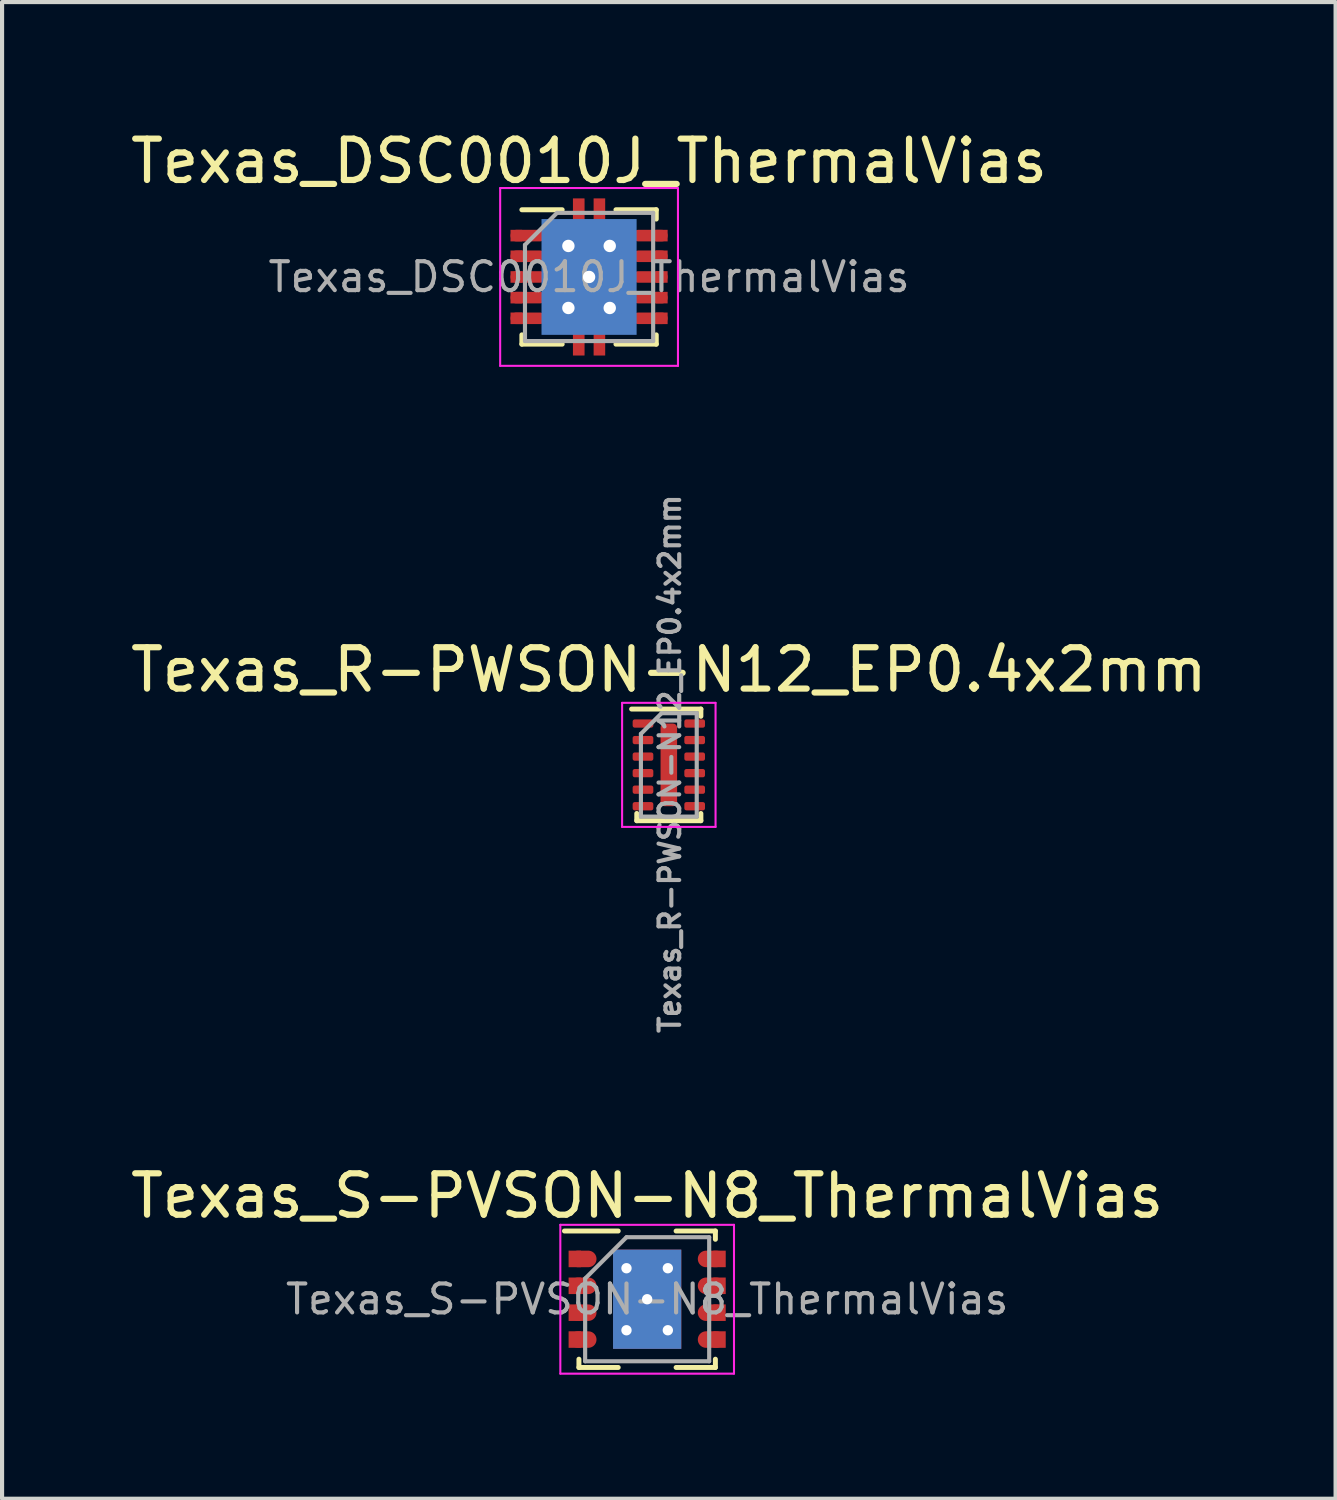
<source format=kicad_pcb>
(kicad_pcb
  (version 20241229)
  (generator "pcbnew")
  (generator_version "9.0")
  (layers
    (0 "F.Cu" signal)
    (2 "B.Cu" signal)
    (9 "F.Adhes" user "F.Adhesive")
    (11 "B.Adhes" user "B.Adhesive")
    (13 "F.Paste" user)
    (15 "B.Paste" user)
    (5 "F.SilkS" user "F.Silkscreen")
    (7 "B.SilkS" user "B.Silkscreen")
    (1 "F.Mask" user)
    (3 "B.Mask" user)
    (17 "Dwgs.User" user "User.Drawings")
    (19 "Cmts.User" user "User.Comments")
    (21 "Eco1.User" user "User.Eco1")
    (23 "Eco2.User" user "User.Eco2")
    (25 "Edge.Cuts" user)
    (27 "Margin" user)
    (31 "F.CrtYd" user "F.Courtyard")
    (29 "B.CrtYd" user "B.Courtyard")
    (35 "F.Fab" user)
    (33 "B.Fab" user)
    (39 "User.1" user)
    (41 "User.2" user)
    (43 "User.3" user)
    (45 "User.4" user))
  (footprint "Texas_R-PWSON-N12_EP0.4x2mm"
    (layer "F.Cu")
    (at 13.125 15.448)
    (property "Reference" "Texas_R-PWSON-N12_EP0.4x2mm" (at 0 -2.3 0) (layer "F.SilkS") (effects (font (size 1 1) (thickness 0.15))))
    (attr smd)
    (fp_line (start -0.775 1.35) (end -0.775 1.175) (stroke (width 0.12) (type solid)) (layer "F.SilkS"))
    (fp_line (start 0.775 -1.35) (end -0.9 -1.35) (stroke (width 0.12) (type solid)) (layer "F.SilkS"))
    (fp_line (start 0.775 -1.35) (end 0.775 -1.175) (stroke (width 0.12) (type solid)) (layer "F.SilkS"))
    (fp_line (start 0.775 1.35) (end -0.775 1.35) (stroke (width 0.12) (type solid)) (layer "F.SilkS"))
    (fp_line (start 0.775 1.35) (end 0.775 1.175) (stroke (width 0.12) (type solid)) (layer "F.SilkS"))
    (fp_line (start -1.13 -1.5) (end -1.13 1.5) (stroke (width 0.05) (type solid)) (layer "F.CrtYd"))
    (fp_line (start -1.13 -1.5) (end 1.13 -1.5) (stroke (width 0.05) (type solid)) (layer "F.CrtYd"))
    (fp_line (start -1.13 1.5) (end 1.13 1.5) (stroke (width 0.05) (type solid)) (layer "F.CrtYd"))
    (fp_line (start 1.13 -1.5) (end 1.13 1.5) (stroke (width 0.05) (type solid)) (layer "F.CrtYd"))
    (fp_line (start -0.675 -0.75) (end -0.675 1.25) (stroke (width 0.1) (type solid)) (layer "F.Fab"))
    (fp_line (start -0.675 1.25) (end 0.675 1.25) (stroke (width 0.1) (type solid)) (layer "F.Fab"))
    (fp_line (start -0.175 -1.25) (end -0.675 -0.75) (stroke (width 0.1) (type solid)) (layer "F.Fab"))
    (fp_line (start -0.175 -1.25) (end 0.675 -1.25) (stroke (width 0.1) (type solid)) (layer "F.Fab"))
    (fp_line (start 0.675 -1.25) (end 0.675 1.25) (stroke (width 0.1) (type solid)) (layer "F.Fab"))
    (fp_text user "${REFERENCE}" (at 0.025 -0.025 90) (layer "F.Fab") (effects (font (size 0.5 0.5) (thickness 0.1))))
    (pad "" smd roundrect (at 0 -0.68) (size 0.3 0.55) (layers "F.Paste") (roundrect_rratio 0.25))
    (pad "" smd roundrect (at 0 0) (size 0.3 0.55) (layers "F.Paste") (roundrect_rratio 0.25))
    (pad "" smd roundrect (at 0 0.68) (size 0.3 0.55) (layers "F.Paste") (roundrect_rratio 0.25))
    (pad "1" smd roundrect (at -0.625 -1 90) (size 0.2 0.5) (layers "F.Cu" "F.Mask" "F.Paste") (roundrect_rratio 0.25))
    (pad "2" smd roundrect (at -0.625 -0.6 90) (size 0.2 0.5) (layers "F.Cu" "F.Mask" "F.Paste") (roundrect_rratio 0.25))
    (pad "3" smd roundrect (at -0.625 -0.2 90) (size 0.2 0.5) (layers "F.Cu" "F.Mask" "F.Paste") (roundrect_rratio 0.25))
    (pad "4" smd roundrect (at -0.625 0.2 90) (size 0.2 0.5) (layers "F.Cu" "F.Mask" "F.Paste") (roundrect_rratio 0.25))
    (pad "5" smd roundrect (at -0.625 0.6 90) (size 0.2 0.5) (layers "F.Cu" "F.Mask" "F.Paste") (roundrect_rratio 0.25))
    (pad "6" smd roundrect (at -0.625 1 90) (size 0.2 0.5) (layers "F.Cu" "F.Mask" "F.Paste") (roundrect_rratio 0.25))
    (pad "7" smd roundrect (at 0.625 1 90) (size 0.2 0.5) (layers "F.Cu" "F.Mask" "F.Paste") (roundrect_rratio 0.25))
    (pad "8" smd roundrect (at 0.625 0.6 90) (size 0.2 0.5) (layers "F.Cu" "F.Mask" "F.Paste") (roundrect_rratio 0.25))
    (pad "9" smd roundrect (at 0.625 0.2 90) (size 0.2 0.5) (layers "F.Cu" "F.Mask" "F.Paste") (roundrect_rratio 0.25))
    (pad "10" smd roundrect (at 0.625 -0.2 90) (size 0.2 0.5) (layers "F.Cu" "F.Mask" "F.Paste") (roundrect_rratio 0.25))
    (pad "11" smd roundrect (at 0.625 -0.6 90) (size 0.2 0.5) (layers "F.Cu" "F.Mask" "F.Paste") (roundrect_rratio 0.25))
    (pad "12" smd roundrect (at 0.625 -1 90) (size 0.2 0.5) (layers "F.Cu" "F.Mask" "F.Paste") (roundrect_rratio 0.25))
    (pad "13" smd roundrect (at 0 0) (size 0.4 2) (layers "F.Cu" "F.Mask") (roundrect_rratio 0.25)))
  (footprint "Texas_S-PVSON-N8_ThermalVias"
    (layer "F.Cu")
    (at 12.601 28.371)
    (property "Reference" "Texas_S-PVSON-N8_ThermalVias" (at 0 -2.5 0) (layer "F.SilkS") (effects (font (size 1 1) (thickness 0.15))))
    (attr smd)
    (fp_line (start -2 -1.65) (end -0.7 -1.65) (stroke (width 0.12) (type solid)) (layer "F.SilkS"))
    (fp_line (start -1.65 1.65) (end -1.65 1.45) (stroke (width 0.12) (type solid)) (layer "F.SilkS"))
    (fp_line (start -1.65 1.65) (end -0.7 1.65) (stroke (width 0.12) (type solid)) (layer "F.SilkS"))
    (fp_line (start 0.7 -1.65) (end 1.65 -1.65) (stroke (width 0.12) (type solid)) (layer "F.SilkS"))
    (fp_line (start 0.7 1.65) (end 1.65 1.65) (stroke (width 0.12) (type solid)) (layer "F.SilkS"))
    (fp_line (start 1.65 -1.45) (end 1.65 -1.65) (stroke (width 0.12) (type solid)) (layer "F.SilkS"))
    (fp_line (start 1.65 1.45) (end 1.65 1.65) (stroke (width 0.12) (type solid)) (layer "F.SilkS"))
    (fp_line (start -2.1 -1.8) (end -2.1 1.8) (stroke (width 0.05) (type solid)) (layer "F.CrtYd"))
    (fp_line (start -2.1 -1.8) (end 2.1 -1.8) (stroke (width 0.05) (type solid)) (layer "F.CrtYd"))
    (fp_line (start -2.1 1.8) (end 2.1 1.8) (stroke (width 0.05) (type solid)) (layer "F.CrtYd"))
    (fp_line (start 2.1 -1.8) (end 2.1 1.8) (stroke (width 0.05) (type solid)) (layer "F.CrtYd"))
    (fp_line (start -1.5 1.5) (end -1.5 -0.5) (stroke (width 0.1) (type solid)) (layer "F.Fab"))
    (fp_line (start -0.5 -1.5) (end -1.5 -0.5) (stroke (width 0.1) (type solid)) (layer "F.Fab"))
    (fp_line (start -0.5 -1.5) (end 1.5 -1.5) (stroke (width 0.1) (type solid)) (layer "F.Fab"))
    (fp_line (start 1.5 -1.5) (end 1.5 1.5) (stroke (width 0.1) (type solid)) (layer "F.Fab"))
    (fp_line (start 1.5 1.5) (end -1.5 1.5) (stroke (width 0.1) (type solid)) (layer "F.Fab"))
    (fp_text user "${REFERENCE}" (at 0 0 0) (layer "F.Fab") (effects (font (size 0.7 0.7) (thickness 0.1))))
    (pad "1" smd rect (at -1.75 -0.975) (size 0.3 0.4) (layers "F.Cu" "F.Mask" "F.Paste"))
    (pad "1" smd oval (at -1.55 -0.975) (size 0.65 0.4) (layers "F.Cu" "F.Mask" "F.Paste"))
    (pad "2" smd rect (at -1.75 -0.325) (size 0.3 0.4) (layers "F.Cu" "F.Mask" "F.Paste"))
    (pad "2" smd oval (at -1.55 -0.325) (size 0.65 0.4) (layers "F.Cu" "F.Mask" "F.Paste"))
    (pad "3" smd rect (at -1.75 0.325) (size 0.3 0.4) (layers "F.Cu" "F.Mask" "F.Paste"))
    (pad "3" smd oval (at -1.55 0.325) (size 0.65 0.4) (layers "F.Cu" "F.Mask" "F.Paste"))
    (pad "4" smd rect (at -1.75 0.975) (size 0.3 0.4) (layers "F.Cu" "F.Mask" "F.Paste"))
    (pad "4" smd oval (at -1.55 0.975) (size 0.65 0.4) (layers "F.Cu" "F.Mask" "F.Paste"))
    (pad "5" smd oval (at 1.55 0.975) (size 0.65 0.4) (layers "F.Cu" "F.Mask" "F.Paste"))
    (pad "5" smd rect (at 1.75 0.975) (size 0.3 0.4) (layers "F.Cu" "F.Mask" "F.Paste"))
    (pad "6" smd oval (at 1.55 0.325) (size 0.65 0.4) (layers "F.Cu" "F.Mask" "F.Paste"))
    (pad "6" smd rect (at 1.75 0.325) (size 0.3 0.4) (layers "F.Cu" "F.Mask" "F.Paste"))
    (pad "7" smd oval (at 1.55 -0.325) (size 0.65 0.4) (layers "F.Cu" "F.Mask" "F.Paste"))
    (pad "7" smd rect (at 1.75 -0.325) (size 0.3 0.4) (layers "F.Cu" "F.Mask" "F.Paste"))
    (pad "8" smd oval (at 1.55 -0.975) (size 0.65 0.4) (layers "F.Cu" "F.Mask" "F.Paste"))
    (pad "8" smd rect (at 1.75 -0.975) (size 0.3 0.4) (layers "F.Cu" "F.Mask" "F.Paste"))
    (pad "9" thru_hole circle (at -0.5 -0.75) (size 0.6 0.6) (drill 0.25) (layers "*.Cu"))
    (pad "9" thru_hole circle (at -0.5 0.75) (size 0.6 0.6) (drill 0.25) (layers "*.Cu"))
    (pad "9" smd rect (at -0.45 -0.625) (size 0.65 1) (layers "F.Cu" "F.Mask" "F.Paste"))
    (pad "9" smd rect (at -0.45 0.625) (size 0.65 1) (layers "F.Cu" "F.Mask" "F.Paste"))
    (pad "9" thru_hole circle (at 0 0) (size 0.6 0.6) (drill 0.25) (layers "*.Cu"))
    (pad "9" smd rect (at 0 0) (size 1.65 2.4) (layers "F.Cu" "F.Mask"))
    (pad "9" smd rect (at 0 0) (size 1.65 2.4) (layers "B.Cu"))
    (pad "9" smd rect (at 0.45 -0.625) (size 0.65 1) (layers "F.Cu" "F.Mask" "F.Paste"))
    (pad "9" smd rect (at 0.45 0.625) (size 0.65 1) (layers "F.Cu" "F.Mask" "F.Paste"))
    (pad "9" thru_hole circle (at 0.5 -0.75) (size 0.6 0.6) (drill 0.25) (layers "*.Cu"))
    (pad "9" thru_hole circle (at 0.5 0.75) (size 0.6 0.6) (drill 0.25) (layers "*.Cu")))
  (footprint "Texas_DSC0010J_ThermalVias"
    (layer "F.Cu")
    (at 11.196 3.648)
    (property "Reference" "Texas_DSC0010J_ThermalVias" (at 0 -2.8 0) (layer "F.SilkS") (effects (font (size 1 1) (thickness 0.15))))
    (attr smd)
    (fp_line (start -1.625 -1.625) (end -0.65 -1.625) (stroke (width 0.12) (type solid)) (layer "F.SilkS"))
    (fp_line (start -1.625 1.625) (end -1.625 1.4) (stroke (width 0.12) (type solid)) (layer "F.SilkS"))
    (fp_line (start -1.625 1.625) (end -0.65 1.625) (stroke (width 0.12) (type solid)) (layer "F.SilkS"))
    (fp_line (start 0.65 -1.625) (end 1.625 -1.625) (stroke (width 0.12) (type solid)) (layer "F.SilkS"))
    (fp_line (start 0.65 1.625) (end 1.625 1.625) (stroke (width 0.12) (type solid)) (layer "F.SilkS"))
    (fp_line (start 1.625 -1.4) (end 1.625 -1.625) (stroke (width 0.12) (type solid)) (layer "F.SilkS"))
    (fp_line (start 1.625 1.4) (end 1.625 1.625) (stroke (width 0.12) (type solid)) (layer "F.SilkS"))
    (fp_line (start -2.15 -2.15) (end -2.15 2.15) (stroke (width 0.05) (type solid)) (layer "F.CrtYd"))
    (fp_line (start -2.15 -2.15) (end 2.15 -2.15) (stroke (width 0.05) (type solid)) (layer "F.CrtYd"))
    (fp_line (start -2.15 2.15) (end 2.15 2.15) (stroke (width 0.05) (type solid)) (layer "F.CrtYd"))
    (fp_line (start 2.15 -2.15) (end 2.15 2.15) (stroke (width 0.05) (type solid)) (layer "F.CrtYd"))
    (fp_line (start -1.55 1.55) (end -1.55 -0.775) (stroke (width 0.1) (type solid)) (layer "F.Fab"))
    (fp_line (start -0.775 -1.55) (end -1.55 -0.775) (stroke (width 0.1) (type solid)) (layer "F.Fab"))
    (fp_line (start -0.775 -1.55) (end 1.55 -1.55) (stroke (width 0.1) (type solid)) (layer "F.Fab"))
    (fp_line (start 1.55 -1.55) (end 1.55 1.55) (stroke (width 0.1) (type solid)) (layer "F.Fab"))
    (fp_line (start 1.55 1.55) (end -1.55 1.55) (stroke (width 0.1) (type solid)) (layer "F.Fab"))
    (fp_text user "${REFERENCE}" (at 0 0 0) (layer "F.Fab") (effects (font (size 0.7 0.7) (thickness 0.1))))
    (pad "1" smd rect (at -1.76 -1) (size 0.28 0.28) (layers "F.Cu" "F.Mask" "F.Paste"))
    (pad "1" smd oval (at -1.475 -1) (size 0.85 0.28) (layers "F.Cu" "F.Mask" "F.Paste"))
    (pad "2" smd rect (at -1.76 -0.5) (size 0.28 0.28) (layers "F.Cu" "F.Mask" "F.Paste"))
    (pad "2" smd oval (at -1.475 -0.5) (size 0.85 0.28) (layers "F.Cu" "F.Mask" "F.Paste"))
    (pad "3" smd rect (at -1.76 0) (size 0.28 0.28) (layers "F.Cu" "F.Mask" "F.Paste"))
    (pad "3" smd oval (at -1.475 0) (size 0.85 0.28) (layers "F.Cu" "F.Mask" "F.Paste"))
    (pad "4" smd rect (at -1.76 0.5) (size 0.28 0.28) (layers "F.Cu" "F.Mask" "F.Paste"))
    (pad "4" smd oval (at -1.475 0.5) (size 0.85 0.28) (layers "F.Cu" "F.Mask" "F.Paste"))
    (pad "5" smd rect (at -1.76 1) (size 0.28 0.28) (layers "F.Cu" "F.Mask" "F.Paste"))
    (pad "5" smd oval (at -1.475 1) (size 0.85 0.28) (layers "F.Cu" "F.Mask" "F.Paste"))
    (pad "6" smd oval (at 1.475 1) (size 0.85 0.28) (layers "F.Cu" "F.Mask" "F.Paste"))
    (pad "6" smd rect (at 1.76 1) (size 0.28 0.28) (layers "F.Cu" "F.Mask" "F.Paste"))
    (pad "7" smd oval (at 1.475 0.5) (size 0.85 0.28) (layers "F.Cu" "F.Mask" "F.Paste"))
    (pad "7" smd rect (at 1.76 0.5) (size 0.28 0.28) (layers "F.Cu" "F.Mask" "F.Paste"))
    (pad "8" smd oval (at 1.475 0) (size 0.85 0.28) (layers "F.Cu" "F.Mask" "F.Paste"))
    (pad "8" smd rect (at 1.76 0) (size 0.28 0.28) (layers "F.Cu" "F.Mask" "F.Paste"))
    (pad "9" smd oval (at 1.475 -0.5) (size 0.85 0.28) (layers "F.Cu" "F.Mask" "F.Paste"))
    (pad "9" smd rect (at 1.76 -0.5) (size 0.28 0.28) (layers "F.Cu" "F.Mask" "F.Paste"))
    (pad "10" smd oval (at 1.475 -1) (size 0.85 0.28) (layers "F.Cu" "F.Mask" "F.Paste"))
    (pad "10" smd rect (at 1.76 -1) (size 0.28 0.28) (layers "F.Cu" "F.Mask" "F.Paste"))
    (pad "11" thru_hole circle (at -0.5 -0.75) (size 0.6 0.6) (drill 0.3) (layers "*.Cu" "*.Mask"))
    (pad "11" thru_hole circle (at -0.5 0.75) (size 0.6 0.6) (drill 0.3) (layers "*.Cu" "*.Mask"))
    (pad "11" smd rect (at -0.45 -0.635) (size 0.68 1.05) (layers "F.Cu" "F.Mask" "F.Paste"))
    (pad "11" smd rect (at -0.45 0.635) (size 0.68 1.05) (layers "F.Cu" "F.Mask" "F.Paste"))
    (pad "11" smd rect (at -0.25 -1.63) (size 0.26 0.5) (layers "F.Cu" "F.Mask" "F.Paste"))
    (pad "11" smd rect (at -0.25 -1.55) (size 0.28 0.7) (layers "F.Cu" "F.Mask"))
    (pad "11" smd rect (at -0.25 1.55) (size 0.28 0.7) (layers "F.Cu" "F.Mask"))
    (pad "11" smd rect (at -0.25 1.63) (size 0.26 0.5) (layers "F.Cu" "F.Mask" "F.Paste"))
    (pad "11" thru_hole circle (at 0 0) (size 0.6 0.6) (drill 0.3) (layers "*.Cu" "*.Mask"))
    (pad "11" smd rect (at 0 0) (size 1.65 2.4) (layers "F.Cu" "F.Mask"))
    (pad "11" smd rect (at 0 0) (size 2.3 2.8) (layers "B.Cu"))
    (pad "11" smd rect (at 0.25 -1.63) (size 0.26 0.5) (layers "F.Cu" "F.Mask" "F.Paste"))
    (pad "11" smd rect (at 0.25 -1.55) (size 0.28 0.7) (layers "F.Cu" "F.Mask"))
    (pad "11" smd rect (at 0.25 1.55) (size 0.28 0.7) (layers "F.Cu" "F.Mask"))
    (pad "11" smd rect (at 0.25 1.63) (size 0.26 0.5) (layers "F.Cu" "F.Mask" "F.Paste"))
    (pad "11" smd rect (at 0.45 -0.635) (size 0.68 1.05) (layers "F.Cu" "F.Mask" "F.Paste"))
    (pad "11" smd rect (at 0.45 0.635) (size 0.68 1.05) (layers "F.Cu" "F.Mask" "F.Paste"))
    (pad "11" thru_hole circle (at 0.5 -0.75) (size 0.6 0.6) (drill 0.3) (layers "*.Cu" "*.Mask"))
    (pad "11" thru_hole circle (at 0.5 0.75) (size 0.6 0.6) (drill 0.3) (layers "*.Cu" "*.Mask")))
  (gr_rect
    (start -3 -3)
    (end 29.25 33.196)
    (stroke (width 0.1) (type default))
    (fill no)
    (layer "Edge.Cuts")))
</source>
